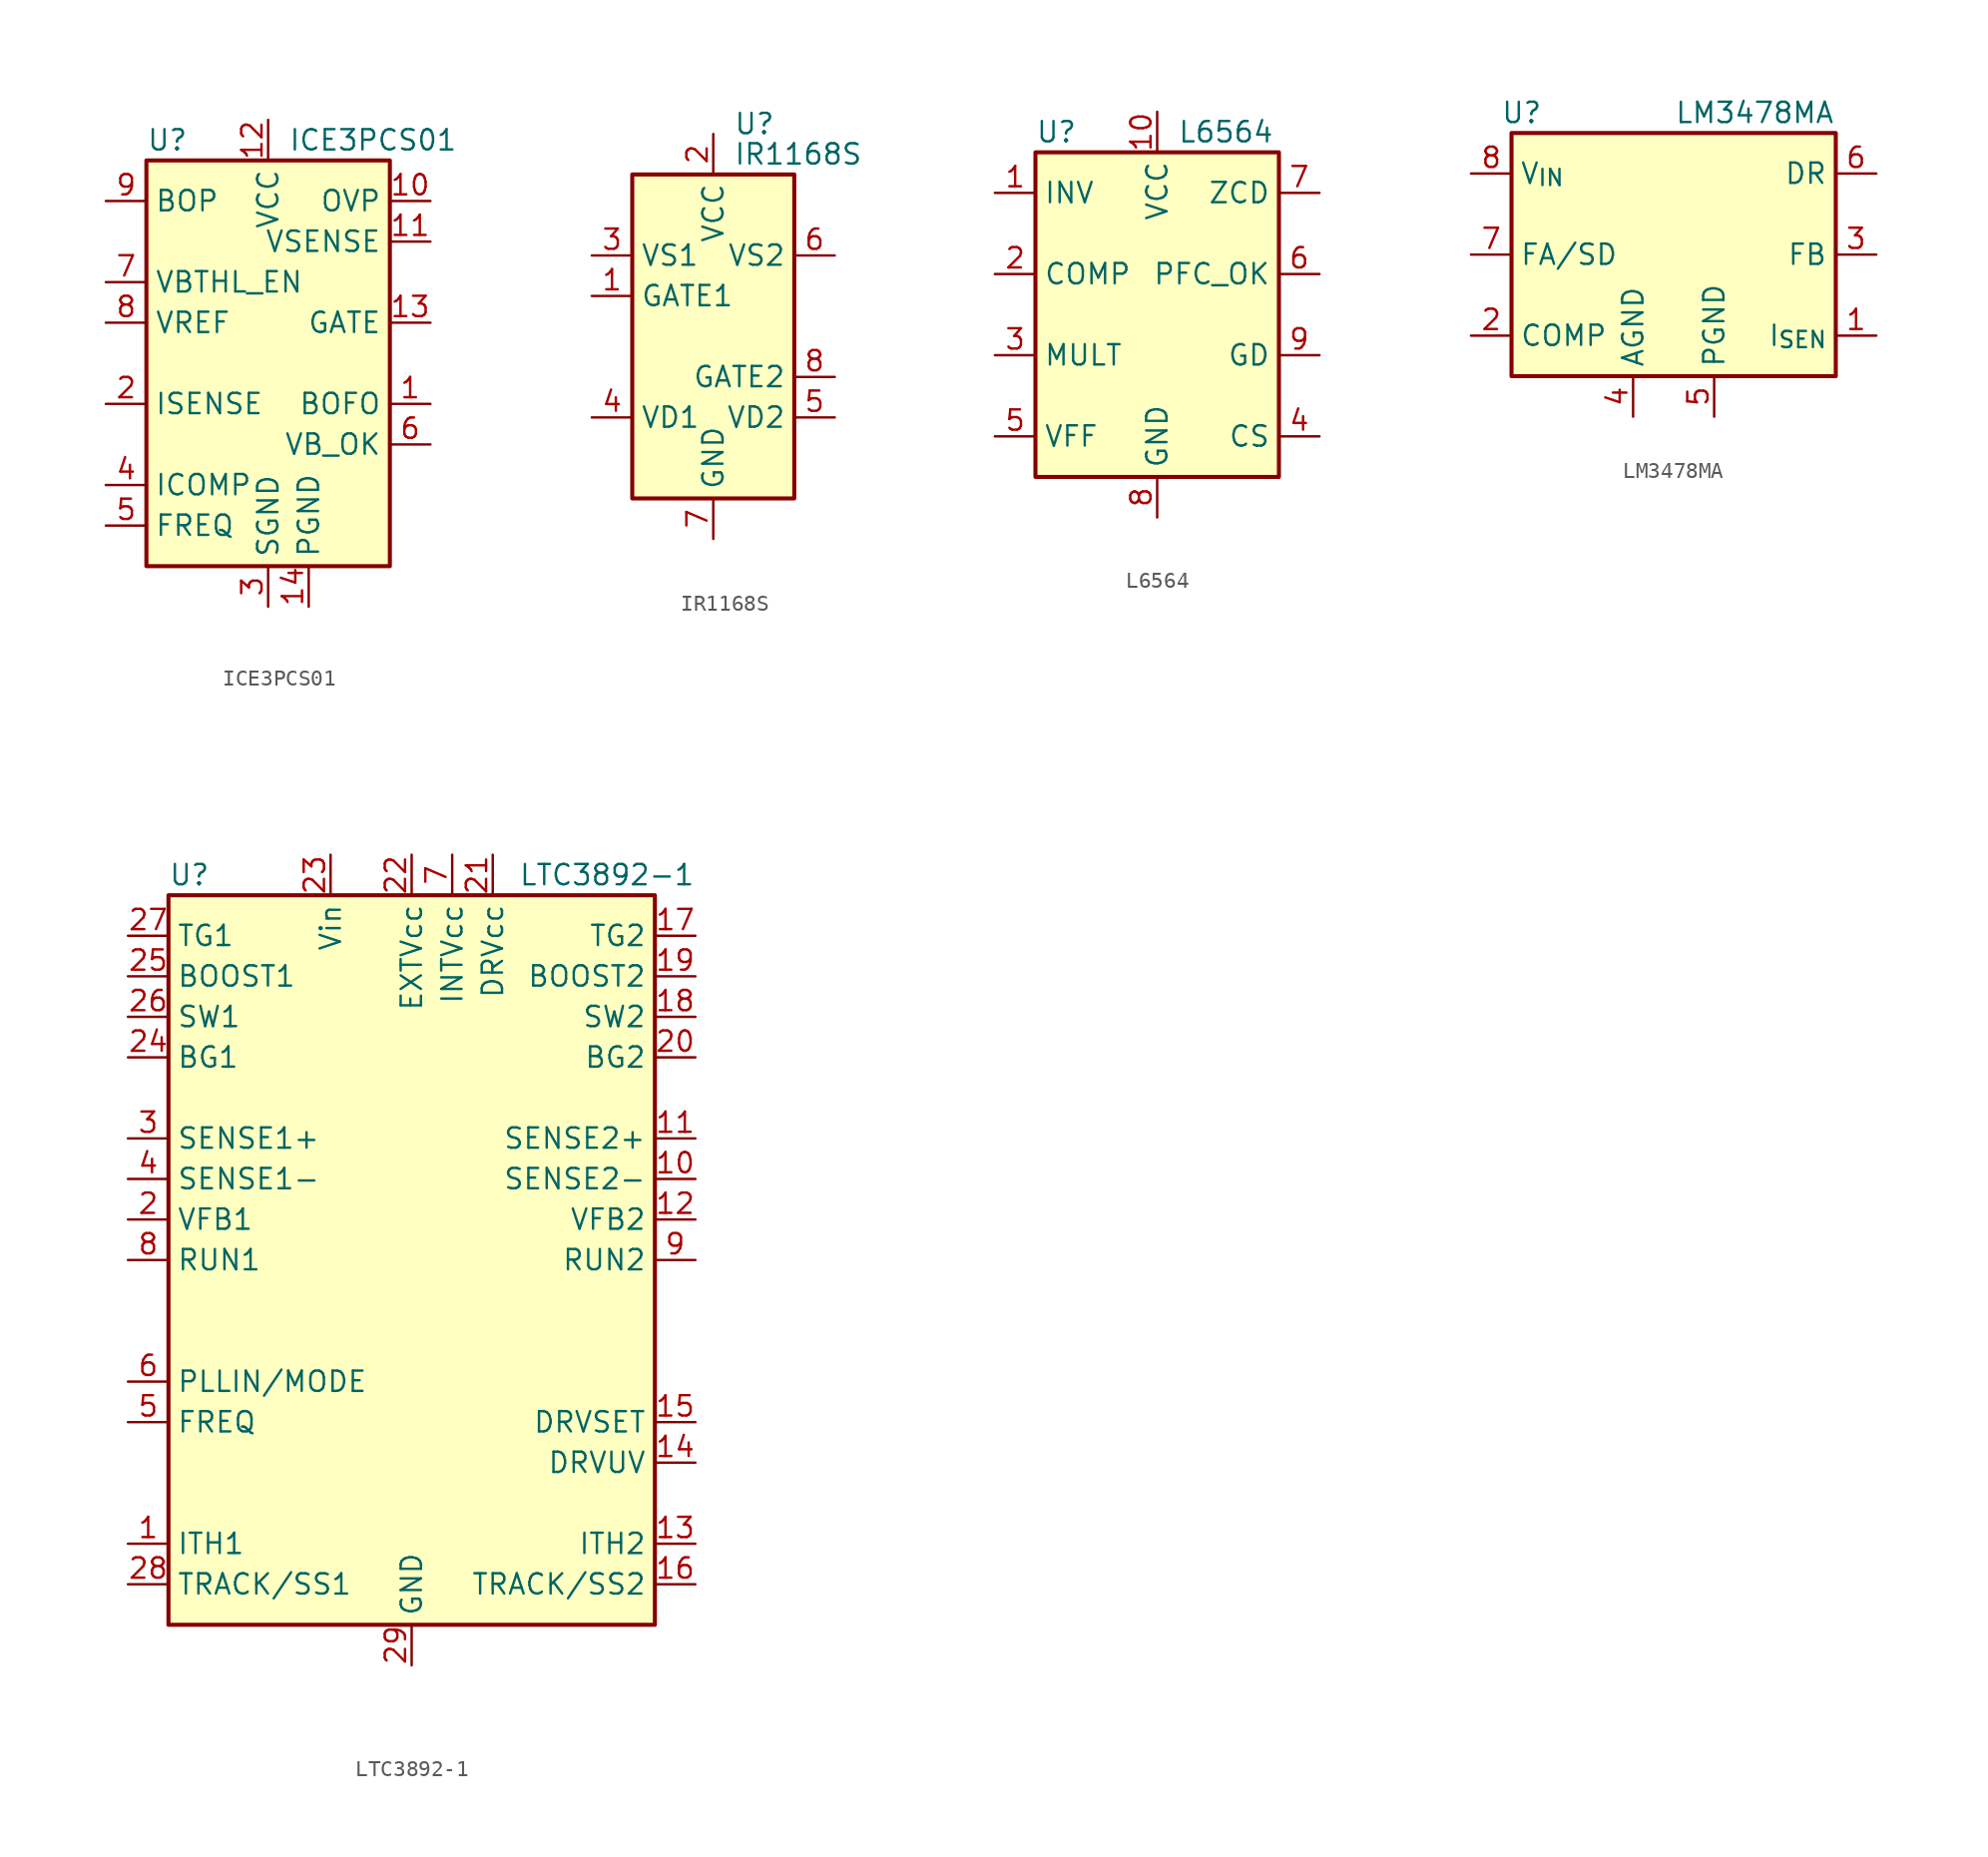
<source format=kicad_sym>
(kicad_symbol_lib
  (version 20231120)
  (generator "kicad_symbol_editor")
  (generator_version "8.0")
  (symbol "ICE3PCS01"
    (property "Reference" "U"
      (at -7.62 13.97 0)
      (effects (font (size 1.27 1.27)) (justify left)))
    (property "Value" "ICE3PCS01"
      (at 1.27 13.97 0)
      (effects (font (size 1.27 1.27)) (justify left)))
    (symbol "ICE3PCS01_0_0"
      (rectangle (start -7.62 12.7) (end 7.62 -12.7) (stroke (width 0.254) (type default)) (fill (type background))))
    (symbol "ICE3PCS01_1_1"
      (pin input line (at 10.16 -2.54 180) (length 2.54) (name "BOFO" (effects (font (size 1.27 1.27)))) (number "1" (effects (font (size 1.27 1.27)))))
      (pin input line (at 10.16 10.16 180) (length 2.54) (name "OVP" (effects (font (size 1.27 1.27)))) (number "10" (effects (font (size 1.27 1.27)))))
      (pin input line (at 10.16 7.62 180) (length 2.54) (name "VSENSE" (effects (font (size 1.27 1.27)))) (number "11" (effects (font (size 1.27 1.27)))))
      (pin power_in line (at 0 15.24 270) (length 2.54) (name "VCC" (effects (font (size 1.27 1.27)))) (number "12" (effects (font (size 1.27 1.27)))))
      (pin output line (at 10.16 2.54 180) (length 2.54) (name "GATE" (effects (font (size 1.27 1.27)))) (number "13" (effects (font (size 1.27 1.27)))))
      (pin power_in line (at 2.54 -15.24 90) (length 2.54) (name "PGND" (effects (font (size 1.27 1.27)))) (number "14" (effects (font (size 1.27 1.27)))))
      (pin input line (at -10.16 -2.54 0) (length 2.54) (name "ISENSE" (effects (font (size 1.27 1.27)))) (number "2" (effects (font (size 1.27 1.27)))))
      (pin power_in line (at 0 -15.24 90) (length 2.54) (name "SGND" (effects (font (size 1.27 1.27)))) (number "3" (effects (font (size 1.27 1.27)))))
      (pin passive line (at -10.16 -7.62 0) (length 2.54) (name "ICOMP" (effects (font (size 1.27 1.27)))) (number "4" (effects (font (size 1.27 1.27)))))
      (pin passive line (at -10.16 -10.16 0) (length 2.54) (name "FREQ" (effects (font (size 1.27 1.27)))) (number "5" (effects (font (size 1.27 1.27)))))
      (pin output line (at 10.16 -5.08 180) (length 2.54) (name "VB_OK" (effects (font (size 1.27 1.27)))) (number "6" (effects (font (size 1.27 1.27)))))
      (pin input line (at -10.16 5.08 0) (length 2.54) (name "VBTHL_EN" (effects (font (size 1.27 1.27)))) (number "7" (effects (font (size 1.27 1.27)))))
      (pin output line (at -10.16 2.54 0) (length 2.54) (name "VREF" (effects (font (size 1.27 1.27)))) (number "8" (effects (font (size 1.27 1.27)))))
      (pin input line (at -10.16 10.16 0) (length 2.54) (name "BOP" (effects (font (size 1.27 1.27)))) (number "9" (effects (font (size 1.27 1.27)))))))
  (symbol "IR1168S"
    (property "Reference" "U"
      (at 1.27 13.335 0)
      (effects (font (size 1.27 1.27)) (justify left)))
    (property "Value" "IR1168S"
      (at 1.27 11.43 0)
      (effects (font (size 1.27 1.27)) (justify left)))
    (symbol "IR1168S_0_1"
      (rectangle (start -5.08 -10.16) (end 5.08 10.16) (stroke (width 0.254) (type default)) (fill (type background))))
    (symbol "IR1168S_1_1"
      (pin output line (at -7.62 2.54 0) (length 2.54) (name "GATE1" (effects (font (size 1.27 1.27)))) (number "1" (effects (font (size 1.27 1.27)))))
      (pin power_in line (at 0 12.7 270) (length 2.54) (name "VCC" (effects (font (size 1.27 1.27)))) (number "2" (effects (font (size 1.27 1.27)))))
      (pin input line (at -7.62 5.08 0) (length 2.54) (name "VS1" (effects (font (size 1.27 1.27)))) (number "3" (effects (font (size 1.27 1.27)))))
      (pin input line (at -7.62 -5.08 0) (length 2.54) (name "VD1" (effects (font (size 1.27 1.27)))) (number "4" (effects (font (size 1.27 1.27)))))
      (pin input line (at 7.62 -5.08 180) (length 2.54) (name "VD2" (effects (font (size 1.27 1.27)))) (number "5" (effects (font (size 1.27 1.27)))))
      (pin input line (at 7.62 5.08 180) (length 2.54) (name "VS2" (effects (font (size 1.27 1.27)))) (number "6" (effects (font (size 1.27 1.27)))))
      (pin power_in line (at 0 -12.7 90) (length 2.54) (name "GND" (effects (font (size 1.27 1.27)))) (number "7" (effects (font (size 1.27 1.27)))))
      (pin output line (at 7.62 -2.54 180) (length 2.54) (name "GATE2" (effects (font (size 1.27 1.27)))) (number "8" (effects (font (size 1.27 1.27)))))))
  (symbol "L6564"
    (property "Reference" "U"
      (at -7.62 11.43 0)
      (effects (font (size 1.27 1.27)) (justify left)))
    (property "Value" "L6564"
      (at 1.27 11.43 0)
      (effects (font (size 1.27 1.27)) (justify left)))
    (symbol "L6564_0_0"
      (rectangle (start -7.62 10.16) (end 7.62 -10.16) (stroke (width 0.254) (type default)) (fill (type background))))
    (symbol "L6564_1_1"
      (pin input line (at -10.16 7.62 0) (length 2.54) (name "INV" (effects (font (size 1.27 1.27)))) (number "1" (effects (font (size 1.27 1.27)))))
      (pin power_in line (at 0 12.7 270) (length 2.54) (name "VCC" (effects (font (size 1.27 1.27)))) (number "10" (effects (font (size 1.27 1.27)))))
      (pin output line (at -10.16 2.54 0) (length 2.54) (name "COMP" (effects (font (size 1.27 1.27)))) (number "2" (effects (font (size 1.27 1.27)))))
      (pin input line (at -10.16 -2.54 0) (length 2.54) (name "MULT" (effects (font (size 1.27 1.27)))) (number "3" (effects (font (size 1.27 1.27)))))
      (pin input line (at 10.16 -7.62 180) (length 2.54) (name "CS" (effects (font (size 1.27 1.27)))) (number "4" (effects (font (size 1.27 1.27)))))
      (pin passive line (at -10.16 -7.62 0) (length 2.54) (name "VFF" (effects (font (size 1.27 1.27)))) (number "5" (effects (font (size 1.27 1.27)))))
      (pin input line (at 10.16 2.54 180) (length 2.54) (name "PFC_OK" (effects (font (size 1.27 1.27)))) (number "6" (effects (font (size 1.27 1.27)))))
      (pin input line (at 10.16 7.62 180) (length 2.54) (name "ZCD" (effects (font (size 1.27 1.27)))) (number "7" (effects (font (size 1.27 1.27)))))
      (pin power_in line (at 0 -12.7 90) (length 2.54) (name "GND" (effects (font (size 1.27 1.27)))) (number "8" (effects (font (size 1.27 1.27)))))
      (pin output line (at 10.16 -2.54 180) (length 2.54) (name "GD" (effects (font (size 1.27 1.27)))) (number "9" (effects (font (size 1.27 1.27)))))))
  (symbol "LM3478MA"
    (property "Reference" "U"
      (at -9.525 8.89 0)
      (effects (font (size 1.27 1.27))))
    (property "Value" "LM3478MA"
      (at 5.08 8.89 0)
      (effects (font (size 1.27 1.27))))
    (symbol "LM3478MA_0_1"
      (rectangle (start -10.16 7.62) (end 10.16 -7.62) (stroke (width 0.254) (type default)) (fill (type background))))
    (symbol "LM3478MA_1_1"
      (pin input line (at 12.7 -5.08 180) (length 2.54) (name "I_{SEN}" (effects (font (size 1.27 1.27)))) (number "1" (effects (font (size 1.27 1.27)))))
      (pin input line (at -12.7 -5.08 0) (length 2.54) (name "COMP" (effects (font (size 1.27 1.27)))) (number "2" (effects (font (size 1.27 1.27)))))
      (pin input line (at 12.7 0 180) (length 2.54) (name "FB" (effects (font (size 1.27 1.27)))) (number "3" (effects (font (size 1.27 1.27)))))
      (pin power_in line (at -2.54 -10.16 90) (length 2.54) (name "AGND" (effects (font (size 1.27 1.27)))) (number "4" (effects (font (size 1.27 1.27)))))
      (pin power_in line (at 2.54 -10.16 90) (length 2.54) (name "PGND" (effects (font (size 1.27 1.27)))) (number "5" (effects (font (size 1.27 1.27)))))
      (pin output line (at 12.7 5.08 180) (length 2.54) (name "DR" (effects (font (size 1.27 1.27)))) (number "6" (effects (font (size 1.27 1.27)))))
      (pin input line (at -12.7 0 0) (length 2.54) (name "FA/SD" (effects (font (size 1.27 1.27)))) (number "7" (effects (font (size 1.27 1.27)))))
      (pin power_in line (at -12.7 5.08 0) (length 2.54) (name "V_{IN}" (effects (font (size 1.27 1.27)))) (number "8" (effects (font (size 1.27 1.27)))))))
  (symbol "LTC3892-1"
    (property "Reference" "U"
      (at -15.24 24.13 0)
      (effects (font (size 1.27 1.27)) (justify left)))
    (property "Value" "LTC3892-1"
      (at 17.78 24.13 0)
      (effects (font (size 1.27 1.27)) (justify right)))
    (symbol "LTC3892-1_0_1"
      (rectangle (start -15.24 22.86) (end 15.24 -22.86) (stroke (width 0.254) (type default)) (fill (type background))))
    (symbol "LTC3892-1_1_1"
      (pin passive line (at -17.78 -17.78 0) (length 2.54) (name "ITH1" (effects (font (size 1.27 1.27)))) (number "1" (effects (font (size 1.27 1.27)))))
      (pin input line (at 17.78 5.08 180) (length 2.54) (name "SENSE2-" (effects (font (size 1.27 1.27)))) (number "10" (effects (font (size 1.27 1.27)))))
      (pin input line (at 17.78 7.62 180) (length 2.54) (name "SENSE2+" (effects (font (size 1.27 1.27)))) (number "11" (effects (font (size 1.27 1.27)))))
      (pin input line (at 17.78 2.54 180) (length 2.54) (name "VFB2" (effects (font (size 1.27 1.27)))) (number "12" (effects (font (size 1.27 1.27)))))
      (pin passive line (at 17.78 -17.78 180) (length 2.54) (name "ITH2" (effects (font (size 1.27 1.27)))) (number "13" (effects (font (size 1.27 1.27)))))
      (pin input line (at 17.78 -12.7 180) (length 2.54) (name "DRVUV" (effects (font (size 1.27 1.27)))) (number "14" (effects (font (size 1.27 1.27)))))
      (pin input line (at 17.78 -10.16 180) (length 2.54) (name "DRVSET" (effects (font (size 1.27 1.27)))) (number "15" (effects (font (size 1.27 1.27)))))
      (pin input line (at 17.78 -20.32 180) (length 2.54) (name "TRACK/SS2" (effects (font (size 1.27 1.27)))) (number "16" (effects (font (size 1.27 1.27)))))
      (pin output line (at 17.78 20.32 180) (length 2.54) (name "TG2" (effects (font (size 1.27 1.27)))) (number "17" (effects (font (size 1.27 1.27)))))
      (pin output line (at 17.78 15.24 180) (length 2.54) (name "SW2" (effects (font (size 1.27 1.27)))) (number "18" (effects (font (size 1.27 1.27)))))
      (pin output line (at 17.78 17.78 180) (length 2.54) (name "BOOST2" (effects (font (size 1.27 1.27)))) (number "19" (effects (font (size 1.27 1.27)))))
      (pin input line (at -17.78 2.54 0) (length 2.54) (name "VFB1" (effects (font (size 1.27 1.27)))) (number "2" (effects (font (size 1.27 1.27)))))
      (pin output line (at 17.78 12.7 180) (length 2.54) (name "BG2" (effects (font (size 1.27 1.27)))) (number "20" (effects (font (size 1.27 1.27)))))
      (pin power_out line (at 5.08 25.4 270) (length 2.54) (name "DRVcc" (effects (font (size 1.27 1.27)))) (number "21" (effects (font (size 1.27 1.27)))))
      (pin power_in line (at 0 25.4 270) (length 2.54) (name "EXTVcc" (effects (font (size 1.27 1.27)))) (number "22" (effects (font (size 1.27 1.27)))))
      (pin power_in line (at -5.08 25.4 270) (length 2.54) (name "Vin" (effects (font (size 1.27 1.27)))) (number "23" (effects (font (size 1.27 1.27)))))
      (pin output line (at -17.78 12.7 0) (length 2.54) (name "BG1" (effects (font (size 1.27 1.27)))) (number "24" (effects (font (size 1.27 1.27)))))
      (pin output line (at -17.78 17.78 0) (length 2.54) (name "BOOST1" (effects (font (size 1.27 1.27)))) (number "25" (effects (font (size 1.27 1.27)))))
      (pin output line (at -17.78 15.24 0) (length 2.54) (name "SW1" (effects (font (size 1.27 1.27)))) (number "26" (effects (font (size 1.27 1.27)))))
      (pin output line (at -17.78 20.32 0) (length 2.54) (name "TG1" (effects (font (size 1.27 1.27)))) (number "27" (effects (font (size 1.27 1.27)))))
      (pin input line (at -17.78 -20.32 0) (length 2.54) (name "TRACK/SS1" (effects (font (size 1.27 1.27)))) (number "28" (effects (font (size 1.27 1.27)))))
      (pin power_in line (at 0 -25.4 90) (length 2.54) (name "GND" (effects (font (size 1.27 1.27)))) (number "29" (effects (font (size 1.27 1.27)))))
      (pin input line (at -17.78 7.62 0) (length 2.54) (name "SENSE1+" (effects (font (size 1.27 1.27)))) (number "3" (effects (font (size 1.27 1.27)))))
      (pin input line (at -17.78 5.08 0) (length 2.54) (name "SENSE1-" (effects (font (size 1.27 1.27)))) (number "4" (effects (font (size 1.27 1.27)))))
      (pin input line (at -17.78 -10.16 0) (length 2.54) (name "FREQ" (effects (font (size 1.27 1.27)))) (number "5" (effects (font (size 1.27 1.27)))))
      (pin input line (at -17.78 -7.62 0) (length 2.54) (name "PLLIN/MODE" (effects (font (size 1.27 1.27)))) (number "6" (effects (font (size 1.27 1.27)))))
      (pin power_out line (at 2.54 25.4 270) (length 2.54) (name "INTVcc" (effects (font (size 1.27 1.27)))) (number "7" (effects (font (size 1.27 1.27)))))
      (pin input line (at -17.78 0 0) (length 2.54) (name "RUN1" (effects (font (size 1.27 1.27)))) (number "8" (effects (font (size 1.27 1.27)))))
      (pin input line (at 17.78 0 180) (length 2.54) (name "RUN2" (effects (font (size 1.27 1.27)))) (number "9" (effects (font (size 1.27 1.27))))))))
</source>
